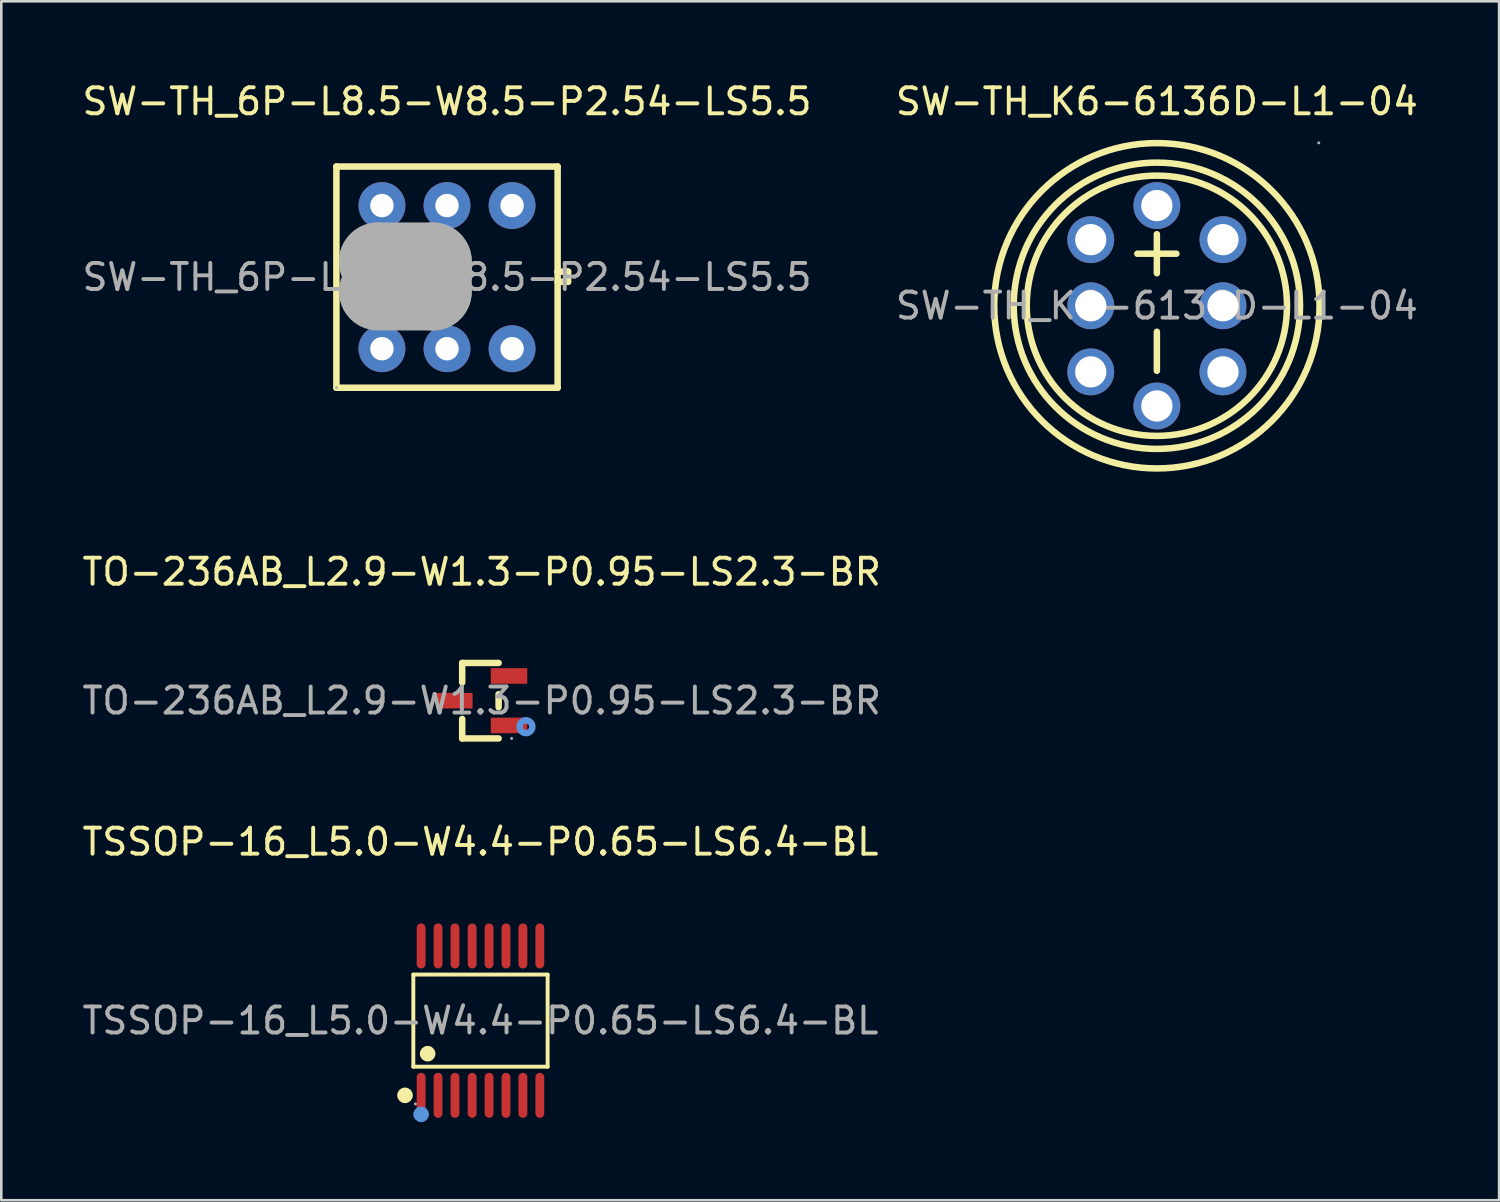
<source format=kicad_pcb>
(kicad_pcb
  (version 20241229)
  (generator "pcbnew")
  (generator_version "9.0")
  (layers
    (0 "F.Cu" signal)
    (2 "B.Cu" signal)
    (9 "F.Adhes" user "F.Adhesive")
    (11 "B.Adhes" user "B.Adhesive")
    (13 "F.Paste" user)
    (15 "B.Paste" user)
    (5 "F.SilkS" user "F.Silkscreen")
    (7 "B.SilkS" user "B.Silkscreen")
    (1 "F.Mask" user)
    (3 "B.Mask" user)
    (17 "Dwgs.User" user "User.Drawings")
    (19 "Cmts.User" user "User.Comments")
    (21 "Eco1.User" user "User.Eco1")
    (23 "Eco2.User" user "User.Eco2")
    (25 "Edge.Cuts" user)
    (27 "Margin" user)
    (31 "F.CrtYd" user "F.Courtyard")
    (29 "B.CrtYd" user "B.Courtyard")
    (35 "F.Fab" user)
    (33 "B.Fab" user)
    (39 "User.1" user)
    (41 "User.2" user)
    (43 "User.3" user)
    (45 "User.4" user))
  (footprint "SW-TH_6P-L8.5-W8.5-P2.54-LS5.5"
    (layer "F.Cu")
    (at 14.125 7.598)
    (property "Reference" "SW-TH_6P-L8.5-W8.5-P2.54-LS5.5" (at 0 -6.75 0) (layer "F.SilkS") (effects (font (size 1 1) (thickness 0.15))))
    (attr through_hole)
    (fp_line (start -4.25 -4.25) (end 4.25 -4.25) (stroke (width 0.25) (type solid)) (layer "F.SilkS"))
    (fp_line (start -4.25 4.25) (end -4.25 -4.25) (stroke (width 0.25) (type solid)) (layer "F.SilkS"))
    (fp_line (start 4.25 -4.25) (end 4.25 4.25) (stroke (width 0.25) (type solid)) (layer "F.SilkS"))
    (fp_line (start 4.25 -0.21) (end 4.25 -0.21) (stroke (width 0.25) (type solid)) (layer "F.SilkS"))
    (fp_line (start 4.25 0.18) (end 4.65 0.18) (stroke (width 0.25) (type solid)) (layer "F.SilkS"))
    (fp_line (start 4.25 4.25) (end -4.25 4.25) (stroke (width 0.25) (type solid)) (layer "F.SilkS"))
    (fp_line (start 4.65 -0.21) (end 4.25 -0.21) (stroke (width 0.25) (type solid)) (layer "F.SilkS"))
    (fp_line (start 4.65 -0.21) (end 4.65 -0.21) (stroke (width 0.25) (type solid)) (layer "F.SilkS"))
    (fp_line (start 4.65 0.18) (end 4.65 -0.21) (stroke (width 0.25) (type solid)) (layer "F.SilkS"))
    (fp_line (start -2.65 -0.6) (end -2.65 -0.6) (stroke (width 3) (type solid)) (layer "F.Fab"))
    (fp_line (start -2.65 -0.6) (end -0.55 -0.6) (stroke (width 3) (type solid)) (layer "F.Fab"))
    (fp_line (start -2.35 -0.3) (end -2.35 -0.3) (stroke (width 3) (type solid)) (layer "F.Fab"))
    (fp_line (start -2.35 -0.3) (end -0.85 -0.3) (stroke (width 3) (type solid)) (layer "F.Fab"))
    (fp_line (start -0.85 -0.3) (end -0.85 0.25) (stroke (width 3) (type solid)) (layer "F.Fab"))
    (fp_line (start -0.85 0.25) (end -2.35 0.25) (stroke (width 3) (type solid)) (layer "F.Fab"))
    (fp_line (start -0.55 -0.6) (end -0.55 0.55) (stroke (width 3) (type solid)) (layer "F.Fab"))
    (fp_line (start -0.55 0.55) (end -2.65 0.55) (stroke (width 3) (type solid)) (layer "F.Fab"))
    (fp_circle (center -4.25 4.25) (end -4.22 4.25) (stroke (width 0.06) (type solid)) (fill no) (layer "F.Fab"))
    (fp_text user "${REFERENCE}" (at 0 0 0) (layer "F.Fab") (effects (font (size 1 1) (thickness 0.15))))
    (pad "1" thru_hole circle (at -2.5 2.75) (size 1.8 1.8) (drill 0.9) (layers "*.Cu" "*.Mask"))
    (pad "2" thru_hole circle (at 0 2.75) (size 1.8 1.8) (drill 0.9) (layers "*.Cu" "*.Mask"))
    (pad "3" thru_hole circle (at 2.5 2.75) (size 1.8 1.8) (drill 0.9) (layers "*.Cu" "*.Mask"))
    (pad "4" thru_hole circle (at -2.5 -2.75) (size 1.8 1.8) (drill 0.9) (layers "*.Cu" "*.Mask"))
    (pad "5" thru_hole circle (at 0 -2.75) (size 1.8 1.8) (drill 0.9) (layers "*.Cu" "*.Mask"))
    (pad "6" thru_hole circle (at 2.5 -2.75) (size 1.8 1.8) (drill 0.9) (layers "*.Cu" "*.Mask")))
  (footprint "TO-236AB_L2.9-W1.3-P0.95-LS2.3-BR"
    (layer "F.Cu")
    (at 15.458 23.872)
    (property "Reference" "TO-236AB_L2.9-W1.3-P0.95-LS2.3-BR" (at 0 -4.95 0) (layer "F.SilkS") (effects (font (size 1 1) (thickness 0.15))))
    (attr smd)
    (fp_line (start -0.75 -1.45) (end 0.65 -1.45) (stroke (width 0.25) (type solid)) (layer "F.SilkS"))
    (fp_line (start -0.75 -0.7) (end -0.75 -1.45) (stroke (width 0.25) (type solid)) (layer "F.SilkS"))
    (fp_line (start -0.75 1.45) (end -0.75 0.7) (stroke (width 0.25) (type solid)) (layer "F.SilkS"))
    (fp_line (start -0.75 1.45) (end 0.65 1.45) (stroke (width 0.25) (type solid)) (layer "F.SilkS"))
    (fp_line (start 0.65 0.25) (end 0.65 -0.25) (stroke (width 0.25) (type solid)) (layer "F.SilkS"))
    (fp_circle (center 1.7 1) (end 1.82 1) (stroke (width 0.25) (type solid)) (fill no) (layer "Cmts.User"))
    (fp_circle (center 1.15 1.45) (end 1.18 1.45) (stroke (width 0.06) (type solid)) (fill no) (layer "F.Fab"))
    (fp_text user "${REFERENCE}" (at 0 0 0) (layer "F.Fab") (effects (font (size 1 1) (thickness 0.15))))
    (pad "1" smd rect (at 1.05 0.95) (size 1.4 0.6) (layers "F.Cu" "F.Mask" "F.Paste"))
    (pad "2" smd rect (at 1.05 -0.95) (size 1.4 0.6) (layers "F.Cu" "F.Mask" "F.Paste"))
    (pad "3" smd rect (at -1.05 0) (size 1.4 0.6) (layers "F.Cu" "F.Mask" "F.Paste")))
  (footprint "TSSOP-16_L5.0-W4.4-P0.65-LS6.4-BL"
    (layer "F.Cu")
    (at 15.411 36.165)
    (property "Reference" "TSSOP-16_L5.0-W4.4-P0.65-LS6.4-BL" (at 0 -6.87 0) (layer "F.SilkS") (effects (font (size 1 1) (thickness 0.15))))
    (attr smd)
    (fp_line (start -2.58 -1.77) (end 2.58 -1.77) (stroke (width 0.15) (type solid)) (layer "F.SilkS"))
    (fp_line (start -2.58 1.77) (end -2.58 -1.77) (stroke (width 0.15) (type solid)) (layer "F.SilkS"))
    (fp_line (start 2.58 -1.77) (end 2.58 1.77) (stroke (width 0.15) (type solid)) (layer "F.SilkS"))
    (fp_line (start 2.58 1.77) (end -2.58 1.77) (stroke (width 0.15) (type solid)) (layer "F.SilkS"))
    (fp_circle (center -2.9 2.87) (end -2.75 2.87) (stroke (width 0.3) (type solid)) (fill no) (layer "F.SilkS"))
    (fp_circle (center -2.03 1.27) (end -1.88 1.27) (stroke (width 0.3) (type solid)) (fill no) (layer "F.SilkS"))
    (fp_circle (center -2.28 3.6) (end -2.13 3.6) (stroke (width 0.3) (type solid)) (fill no) (layer "Cmts.User"))
    (fp_circle (center -2.5 3.2) (end -2.47 3.2) (stroke (width 0.06) (type solid)) (fill no) (layer "F.Fab"))
    (fp_text user "${REFERENCE}" (at 0 0 0) (layer "F.Fab") (effects (font (size 1 1) (thickness 0.15))))
    (pad "1" smd oval (at -2.28 2.87) (size 0.34 1.73) (layers "F.Cu" "F.Mask" "F.Paste"))
    (pad "2" smd oval (at -1.63 2.87) (size 0.34 1.73) (layers "F.Cu" "F.Mask" "F.Paste"))
    (pad "3" smd oval (at -0.98 2.87) (size 0.34 1.73) (layers "F.Cu" "F.Mask" "F.Paste"))
    (pad "4" smd oval (at -0.32 2.87) (size 0.34 1.73) (layers "F.Cu" "F.Mask" "F.Paste"))
    (pad "5" smd oval (at 0.33 2.87) (size 0.34 1.73) (layers "F.Cu" "F.Mask" "F.Paste"))
    (pad "6" smd oval (at 0.98 2.87) (size 0.34 1.73) (layers "F.Cu" "F.Mask" "F.Paste"))
    (pad "7" smd oval (at 1.63 2.87) (size 0.34 1.73) (layers "F.Cu" "F.Mask" "F.Paste"))
    (pad "8" smd oval (at 2.28 2.87) (size 0.34 1.73) (layers "F.Cu" "F.Mask" "F.Paste"))
    (pad "9" smd oval (at 2.28 -2.87) (size 0.34 1.73) (layers "F.Cu" "F.Mask" "F.Paste"))
    (pad "10" smd oval (at 1.63 -2.87) (size 0.34 1.73) (layers "F.Cu" "F.Mask" "F.Paste"))
    (pad "11" smd oval (at 0.98 -2.87) (size 0.34 1.73) (layers "F.Cu" "F.Mask" "F.Paste"))
    (pad "12" smd oval (at 0.33 -2.87) (size 0.34 1.73) (layers "F.Cu" "F.Mask" "F.Paste"))
    (pad "13" smd oval (at -0.32 -2.87) (size 0.34 1.73) (layers "F.Cu" "F.Mask" "F.Paste"))
    (pad "14" smd oval (at -0.98 -2.87) (size 0.34 1.73) (layers "F.Cu" "F.Mask" "F.Paste"))
    (pad "15" smd oval (at -1.63 -2.87) (size 0.34 1.73) (layers "F.Cu" "F.Mask" "F.Paste"))
    (pad "16" smd oval (at -2.28 -2.87) (size 0.34 1.73) (layers "F.Cu" "F.Mask" "F.Paste")))
  (footprint "SW-TH_K6-6136D-L1-04"
    (layer "F.Cu")
    (at 41.399 8.698)
    (property "Reference" "SW-TH_K6-6136D-L1-04" (at 0 -7.85 0) (layer "F.SilkS") (effects (font (size 1 1) (thickness 0.15))))
    (attr through_hole)
    (fp_line (start -0.75 -2) (end 0.75 -2) (stroke (width 0.25) (type solid)) (layer "F.SilkS"))
    (fp_line (start 0 -1.25) (end 0 -2.75) (stroke (width 0.25) (type solid)) (layer "F.SilkS"))
    (fp_line (start 0 2.5) (end 0 1) (stroke (width 0.25) (type solid)) (layer "F.SilkS"))
    (fp_circle (center 0 0) (end 5 0) (stroke (width 0.25) (type solid)) (fill no) (layer "F.SilkS"))
    (fp_circle (center 0 0) (end 5.5 0) (stroke (width 0.25) (type solid)) (fill no) (layer "F.SilkS"))
    (fp_circle (center 0 0) (end 6.25 0) (stroke (width 0.25) (type solid)) (fill no) (layer "F.SilkS"))
    (fp_circle (center -2.54 -2.54) (end -2.29 -2.54) (stroke (width 0.5) (type solid)) (fill no) (layer "F.Fab"))
    (fp_circle (center -2.54 0) (end -2.29 0) (stroke (width 0.5) (type solid)) (fill no) (layer "F.Fab"))
    (fp_circle (center -2.54 2.54) (end -2.29 2.54) (stroke (width 0.5) (type solid)) (fill no) (layer "F.Fab"))
    (fp_circle (center 0 -3.85) (end 0.25 -3.85) (stroke (width 0.5) (type solid)) (fill no) (layer "F.Fab"))
    (fp_circle (center 0 3.85) (end 0.25 3.85) (stroke (width 0.5) (type solid)) (fill no) (layer "F.Fab"))
    (fp_circle (center 2.54 -2.54) (end 2.79 -2.54) (stroke (width 0.5) (type solid)) (fill no) (layer "F.Fab"))
    (fp_circle (center 2.54 0) (end 2.79 0) (stroke (width 0.5) (type solid)) (fill no) (layer "F.Fab"))
    (fp_circle (center 2.54 2.54) (end 2.79 2.54) (stroke (width 0.5) (type solid)) (fill no) (layer "F.Fab"))
    (fp_circle (center 6.22 -6.26) (end 6.25 -6.26) (stroke (width 0.06) (type solid)) (fill no) (layer "F.Fab"))
    (fp_text user "${REFERENCE}" (at 0 0 0) (layer "F.Fab") (effects (font (size 1 1) (thickness 0.15))))
    (pad "1" thru_hole circle (at -2.54 -2.54 270) (size 1.8 1.8) (drill 1.2) (layers "*.Cu" "*.Mask"))
    (pad "2" thru_hole circle (at -2.54 0 270) (size 1.8 1.8) (drill 1.2) (layers "*.Cu" "*.Mask"))
    (pad "3" thru_hole circle (at -2.54 2.54 270) (size 1.8 1.8) (drill 1.2) (layers "*.Cu" "*.Mask"))
    (pad "4" thru_hole circle (at 2.54 -2.54 270) (size 1.8 1.8) (drill 1.2) (layers "*.Cu" "*.Mask"))
    (pad "5" thru_hole circle (at 2.54 0 270) (size 1.8 1.8) (drill 1.2) (layers "*.Cu" "*.Mask"))
    (pad "6" thru_hole circle (at 2.54 2.54 270) (size 1.8 1.8) (drill 1.2) (layers "*.Cu" "*.Mask"))
    (pad "L1" thru_hole circle (at 0 -3.85 270) (size 1.8 1.8) (drill 1.2) (layers "*.Cu" "*.Mask"))
    (pad "L2" thru_hole circle (at 0 3.85 270) (size 1.8 1.8) (drill 1.2) (layers "*.Cu" "*.Mask")))
  (gr_rect
    (start -3 -3)
    (end 54.548 43.065)
    (stroke (width 0.1) (type default))
    (fill no)
    (layer "Edge.Cuts")))
</source>
